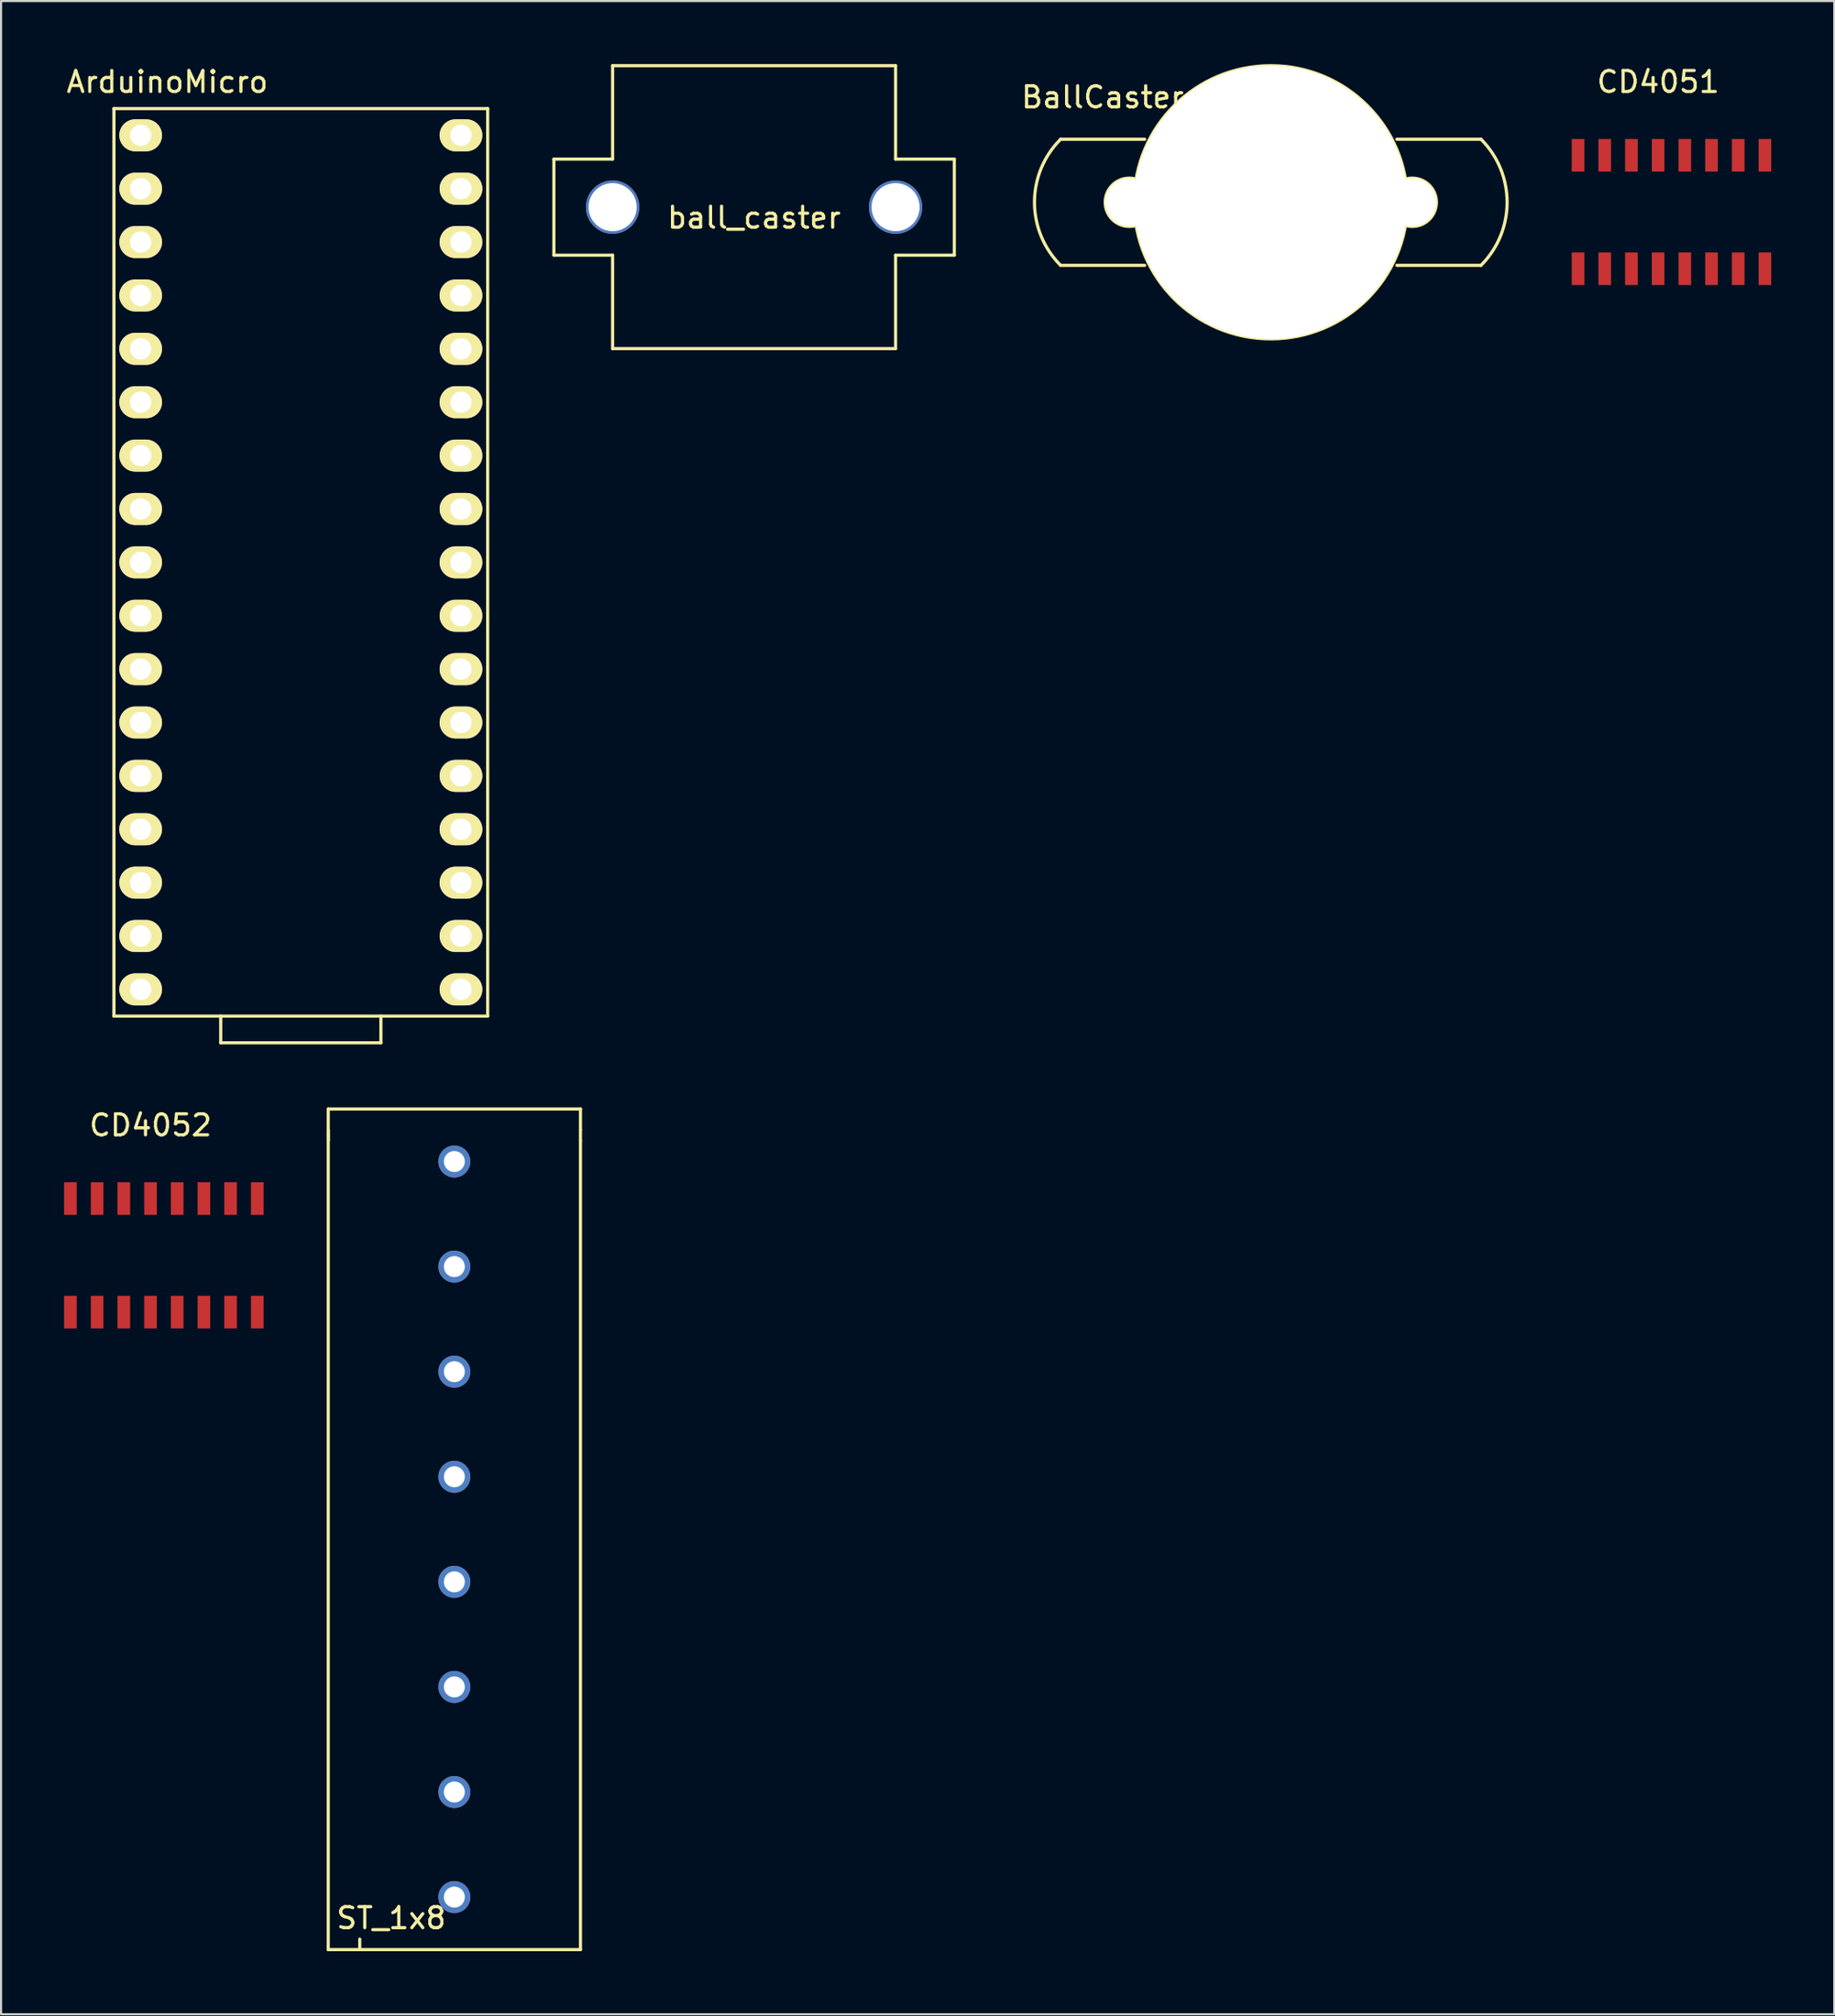
<source format=kicad_pcb>
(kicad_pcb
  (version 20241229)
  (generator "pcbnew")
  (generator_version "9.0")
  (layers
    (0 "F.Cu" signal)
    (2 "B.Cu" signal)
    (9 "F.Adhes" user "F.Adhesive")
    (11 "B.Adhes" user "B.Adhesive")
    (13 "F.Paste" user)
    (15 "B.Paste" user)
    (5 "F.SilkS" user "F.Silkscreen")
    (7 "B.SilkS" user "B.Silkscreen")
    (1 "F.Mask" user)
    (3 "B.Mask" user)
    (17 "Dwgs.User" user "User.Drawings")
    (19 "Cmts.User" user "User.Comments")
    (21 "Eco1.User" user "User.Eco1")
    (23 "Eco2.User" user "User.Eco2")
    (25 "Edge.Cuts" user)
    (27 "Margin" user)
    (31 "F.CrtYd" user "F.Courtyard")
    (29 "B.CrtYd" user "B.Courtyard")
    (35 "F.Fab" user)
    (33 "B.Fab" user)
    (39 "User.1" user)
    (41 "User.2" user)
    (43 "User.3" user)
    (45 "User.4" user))
  (footprint "ball_caster"
    (layer "F.Cu")
    (at 32.826 6.806)
    (property "Reference" "ball_caster" (at 0 0.5 0) (layer "F.SilkS") (effects (font (size 1 1) (thickness 0.15))))
    (attr through_hole)
    (fp_line (start -9.525 -2.286) (end -9.525 2.286) (stroke (width 0.15) (type solid)) (layer "F.SilkS"))
    (fp_line (start -9.525 -2.286) (end -6.731 -2.286) (stroke (width 0.15) (type solid)) (layer "F.SilkS"))
    (fp_line (start -9.525 2.286) (end -6.731 2.286) (stroke (width 0.15) (type solid)) (layer "F.SilkS"))
    (fp_line (start -6.731 -6.731) (end 6.731 -6.731) (stroke (width 0.15) (type solid)) (layer "F.SilkS"))
    (fp_line (start -6.731 -2.286) (end -6.731 -6.731) (stroke (width 0.15) (type solid)) (layer "F.SilkS"))
    (fp_line (start -6.731 6.731) (end -6.731 2.286) (stroke (width 0.15) (type solid)) (layer "F.SilkS"))
    (fp_line (start -6.731 6.731) (end 6.731 6.731) (stroke (width 0.15) (type solid)) (layer "F.SilkS"))
    (fp_line (start 6.731 -2.286) (end 6.731 -6.731) (stroke (width 0.15) (type solid)) (layer "F.SilkS"))
    (fp_line (start 6.731 -2.286) (end 9.525 -2.286) (stroke (width 0.15) (type solid)) (layer "F.SilkS"))
    (fp_line (start 6.731 2.286) (end 6.731 6.731) (stroke (width 0.15) (type solid)) (layer "F.SilkS"))
    (fp_line (start 6.731 2.286) (end 9.525 2.286) (stroke (width 0.15) (type solid)) (layer "F.SilkS"))
    (fp_line (start 9.525 -2.286) (end 9.525 2.286) (stroke (width 0.15) (type solid)) (layer "F.SilkS"))
    (pad "1" thru_hole circle (at 6.731 0) (size 2.54 2.54) (drill 2.286) (layers "*.Cu" "*.Mask"))
    (pad "2" thru_hole circle (at -6.731 0) (size 2.54 2.54) (drill 2.286) (layers "*.Cu" "*.Mask")))
  (footprint "ArduinoMicro"
    (layer "F.Cu")
    (at 3.641 3.388)
    (property "Reference" "ArduinoMicro" (at 1.27 -2.54 0) (layer "F.SilkS") (effects (font (size 1 1) (thickness 0.15))))
    (attr through_hole)
    (fp_line (start -1.27 -1.27) (end -1.27 41.91) (stroke (width 0.15) (type solid)) (layer "F.SilkS"))
    (fp_line (start -1.27 41.91) (end 16.51 41.91) (stroke (width 0.15) (type solid)) (layer "F.SilkS"))
    (fp_line (start 3.81 41.91) (end 3.81 43.18) (stroke (width 0.15) (type solid)) (layer "F.SilkS"))
    (fp_line (start 3.81 43.18) (end 11.43 43.18) (stroke (width 0.15) (type solid)) (layer "F.SilkS"))
    (fp_line (start 11.43 43.18) (end 11.43 41.91) (stroke (width 0.15) (type solid)) (layer "F.SilkS"))
    (fp_line (start 16.51 -1.27) (end -1.27 -1.27) (stroke (width 0.15) (type solid)) (layer "F.SilkS"))
    (fp_line (start 16.51 41.91) (end 16.51 -1.27) (stroke (width 0.15) (type solid)) (layer "F.SilkS"))
    (pad "1" thru_hole oval (at 0 0) (size 2.032 1.524) (drill 1.016) (layers "*.Cu" "*.Mask" "F.SilkS"))
    (pad "2" thru_hole oval (at 0 2.54) (size 2.032 1.524) (drill 1.016) (layers "*.Cu" "*.Mask" "F.SilkS"))
    (pad "3" thru_hole oval (at 0 5.08) (size 2.032 1.524) (drill 1.016) (layers "*.Cu" "*.Mask" "F.SilkS"))
    (pad "4" thru_hole oval (at 0 7.62) (size 2.032 1.524) (drill 1.016) (layers "*.Cu" "*.Mask" "F.SilkS"))
    (pad "5" thru_hole oval (at 0 10.16) (size 2.032 1.524) (drill 1.016) (layers "*.Cu" "*.Mask" "F.SilkS"))
    (pad "6" thru_hole oval (at 0 12.7) (size 2.032 1.524) (drill 1.016) (layers "*.Cu" "*.Mask" "F.SilkS"))
    (pad "7" thru_hole oval (at 0 15.24) (size 2.032 1.524) (drill 1.016) (layers "*.Cu" "*.Mask" "F.SilkS"))
    (pad "8" thru_hole oval (at 0 17.78) (size 2.032 1.524) (drill 1.016) (layers "*.Cu" "*.Mask" "F.SilkS"))
    (pad "9" thru_hole oval (at 0 20.32) (size 2.032 1.524) (drill 1.016) (layers "*.Cu" "*.Mask" "F.SilkS"))
    (pad "10" thru_hole oval (at 0 22.86) (size 2.032 1.524) (drill 1.016) (layers "*.Cu" "*.Mask" "F.SilkS"))
    (pad "11" thru_hole oval (at 0 25.4) (size 2.032 1.524) (drill 1.016) (layers "*.Cu" "*.Mask" "F.SilkS"))
    (pad "12" thru_hole oval (at 0 27.94) (size 2.032 1.524) (drill 1.016) (layers "*.Cu" "*.Mask" "F.SilkS"))
    (pad "13" thru_hole oval (at 0 30.48) (size 2.032 1.524) (drill 1.016) (layers "*.Cu" "*.Mask" "F.SilkS"))
    (pad "14" thru_hole oval (at 0 33.02) (size 2.032 1.524) (drill 1.016) (layers "*.Cu" "*.Mask" "F.SilkS"))
    (pad "15" thru_hole oval (at 0 35.56) (size 2.032 1.524) (drill 1.016) (layers "*.Cu" "*.Mask" "F.SilkS"))
    (pad "16" thru_hole oval (at 0 38.1) (size 2.032 1.524) (drill 1.016) (layers "*.Cu" "*.Mask" "F.SilkS"))
    (pad "17" thru_hole oval (at 0 40.64) (size 2.032 1.524) (drill 1.016) (layers "*.Cu" "*.Mask" "F.SilkS"))
    (pad "18" thru_hole oval (at 15.24 40.64) (size 2.032 1.524) (drill 1.016) (layers "*.Cu" "*.Mask" "F.SilkS"))
    (pad "19" thru_hole oval (at 15.24 38.1) (size 2.032 1.524) (drill 1.016) (layers "*.Cu" "*.Mask" "F.SilkS"))
    (pad "20" thru_hole oval (at 15.24 35.56) (size 2.032 1.524) (drill 1.016) (layers "*.Cu" "*.Mask" "F.SilkS"))
    (pad "21" thru_hole oval (at 15.24 33.02) (size 2.032 1.524) (drill 1.016) (layers "*.Cu" "*.Mask" "F.SilkS"))
    (pad "22" thru_hole oval (at 15.24 30.48) (size 2.032 1.524) (drill 1.016) (layers "*.Cu" "*.Mask" "F.SilkS"))
    (pad "23" thru_hole oval (at 15.24 27.94) (size 2.032 1.524) (drill 1.016) (layers "*.Cu" "*.Mask" "F.SilkS"))
    (pad "24" thru_hole oval (at 15.24 25.4) (size 2.032 1.524) (drill 1.016) (layers "*.Cu" "*.Mask" "F.SilkS"))
    (pad "25" thru_hole oval (at 15.24 22.86) (size 2.032 1.524) (drill 1.016) (layers "*.Cu" "*.Mask" "F.SilkS"))
    (pad "26" thru_hole oval (at 15.24 20.32) (size 2.032 1.524) (drill 1.016) (layers "*.Cu" "*.Mask" "F.SilkS"))
    (pad "27" thru_hole oval (at 15.24 17.78) (size 2.032 1.524) (drill 1.016) (layers "*.Cu" "*.Mask" "F.SilkS"))
    (pad "28" thru_hole oval (at 15.24 15.24) (size 2.032 1.524) (drill 1.016) (layers "*.Cu" "*.Mask" "F.SilkS"))
    (pad "29" thru_hole oval (at 15.24 12.7) (size 2.032 1.524) (drill 1.016) (layers "*.Cu" "*.Mask" "F.SilkS"))
    (pad "30" thru_hole oval (at 15.24 10.16) (size 2.032 1.524) (drill 1.016) (layers "*.Cu" "*.Mask" "F.SilkS"))
    (pad "31" thru_hole oval (at 15.24 7.62) (size 2.032 1.524) (drill 1.016) (layers "*.Cu" "*.Mask" "F.SilkS"))
    (pad "32" thru_hole oval (at 15.24 5.08) (size 2.032 1.524) (drill 1.016) (layers "*.Cu" "*.Mask" "F.SilkS"))
    (pad "33" thru_hole oval (at 15.24 2.54) (size 2.032 1.524) (drill 1.016) (layers "*.Cu" "*.Mask" "F.SilkS"))
    (pad "34" thru_hole oval (at 15.24 0) (size 2.032 1.524) (drill 1.016) (layers "*.Cu" "*.Mask" "F.SilkS")))
  (footprint "CD4051"
    (layer "F.Cu")
    (at 72.025 9.738)
    (property "Reference" "CD4051" (at 3.81 -8.89 0) (layer "F.SilkS") (effects (font (size 1 1) (thickness 0.15))))
    (attr through_hole)
    (pad "1" smd rect (at 0 0) (size 0.6 1.55) (layers "F.Cu" "F.Mask" "F.Paste"))
    (pad "2" smd rect (at 1.27 0) (size 0.6 1.55) (layers "F.Cu" "F.Mask" "F.Paste"))
    (pad "3" smd rect (at 2.54 0) (size 0.6 1.55) (layers "F.Cu" "F.Mask" "F.Paste"))
    (pad "4" smd rect (at 3.81 0) (size 0.6 1.55) (layers "F.Cu" "F.Mask" "F.Paste"))
    (pad "5" smd rect (at 5.08 0) (size 0.6 1.55) (layers "F.Cu" "F.Mask" "F.Paste"))
    (pad "6" smd rect (at 6.35 0) (size 0.6 1.55) (layers "F.Cu" "F.Mask" "F.Paste"))
    (pad "7" smd rect (at 7.62 0) (size 0.6 1.55) (layers "F.Cu" "F.Mask" "F.Paste"))
    (pad "8" smd rect (at 8.89 0) (size 0.6 1.55) (layers "F.Cu" "F.Mask" "F.Paste"))
    (pad "9" smd rect (at 8.89 -5.4) (size 0.6 1.55) (layers "F.Cu" "F.Mask" "F.Paste"))
    (pad "10" smd rect (at 7.62 -5.4) (size 0.6 1.55) (layers "F.Cu" "F.Mask" "F.Paste"))
    (pad "11" smd rect (at 6.35 -5.4) (size 0.6 1.55) (layers "F.Cu" "F.Mask" "F.Paste"))
    (pad "12" smd rect (at 5.08 -5.4) (size 0.6 1.55) (layers "F.Cu" "F.Mask" "F.Paste"))
    (pad "13" smd rect (at 3.81 -5.4) (size 0.6 1.55) (layers "F.Cu" "F.Mask" "F.Paste"))
    (pad "14" smd rect (at 2.54 -5.4) (size 0.6 1.55) (layers "F.Cu" "F.Mask" "F.Paste"))
    (pad "15" smd rect (at 1.27 -5.4) (size 0.6 1.55) (layers "F.Cu" "F.Mask" "F.Paste"))
    (pad "16" smd rect (at 0 -5.4) (size 0.6 1.55) (layers "F.Cu" "F.Mask" "F.Paste")))
  (footprint "CD4052"
    (layer "F.Cu")
    (at 0.3 59.382)
    (property "Reference" "CD4052" (at 3.81 -8.89 0) (layer "F.SilkS") (effects (font (size 1 1) (thickness 0.15))))
    (attr through_hole)
    (pad "1" smd rect (at 0 0) (size 0.6 1.55) (layers "F.Cu" "F.Mask" "F.Paste"))
    (pad "2" smd rect (at 1.27 0) (size 0.6 1.55) (layers "F.Cu" "F.Mask" "F.Paste"))
    (pad "3" smd rect (at 2.54 0) (size 0.6 1.55) (layers "F.Cu" "F.Mask" "F.Paste"))
    (pad "4" smd rect (at 3.81 0) (size 0.6 1.55) (layers "F.Cu" "F.Mask" "F.Paste"))
    (pad "5" smd rect (at 5.08 0) (size 0.6 1.55) (layers "F.Cu" "F.Mask" "F.Paste"))
    (pad "6" smd rect (at 6.35 0) (size 0.6 1.55) (layers "F.Cu" "F.Mask" "F.Paste"))
    (pad "7" smd rect (at 7.62 0) (size 0.6 1.55) (layers "F.Cu" "F.Mask" "F.Paste"))
    (pad "8" smd rect (at 8.89 0) (size 0.6 1.55) (layers "F.Cu" "F.Mask" "F.Paste"))
    (pad "9" smd rect (at 8.89 -5.4) (size 0.6 1.55) (layers "F.Cu" "F.Mask" "F.Paste"))
    (pad "10" smd rect (at 7.62 -5.4) (size 0.6 1.55) (layers "F.Cu" "F.Mask" "F.Paste"))
    (pad "11" smd rect (at 6.35 -5.4) (size 0.6 1.55) (layers "F.Cu" "F.Mask" "F.Paste"))
    (pad "12" smd rect (at 5.08 -5.4) (size 0.6 1.55) (layers "F.Cu" "F.Mask" "F.Paste"))
    (pad "13" smd rect (at 3.81 -5.4) (size 0.6 1.55) (layers "F.Cu" "F.Mask" "F.Paste"))
    (pad "14" smd rect (at 2.54 -5.4) (size 0.6 1.55) (layers "F.Cu" "F.Mask" "F.Paste"))
    (pad "15" smd rect (at 1.27 -5.4) (size 0.6 1.55) (layers "F.Cu" "F.Mask" "F.Paste"))
    (pad "16" smd rect (at 0 -5.4) (size 0.6 1.55) (layers "F.Cu" "F.Mask" "F.Paste")))
  (footprint "ST_1x8"
    (layer "F.Cu")
    (at 18.565 69.718)
    (property "Reference" "ST_1x8" (at -3 18.5 0) (layer "F.SilkS") (effects (font (size 1 1) (thickness 0.15))))
    (attr through_hole)
    (fp_line (start -6 -20) (end 6 -20) (stroke (width 0.15) (type solid)) (layer "F.SilkS"))
    (fp_line (start -6 -19) (end -6 20) (stroke (width 0.15) (type solid)) (layer "F.SilkS"))
    (fp_line (start -6 -18.5) (end -6 -20) (stroke (width 0.15) (type solid)) (layer "F.SilkS"))
    (fp_line (start -4.5 20) (end -4.5 19.5) (stroke (width 0.15) (type solid)) (layer "F.SilkS"))
    (fp_line (start 6 -20) (end 6 -19) (stroke (width 0.15) (type solid)) (layer "F.SilkS"))
    (fp_line (start 6 -19) (end 6 -18.5) (stroke (width 0.15) (type solid)) (layer "F.SilkS"))
    (fp_line (start 6 -18.5) (end 6 20) (stroke (width 0.15) (type solid)) (layer "F.SilkS"))
    (fp_line (start 6 20) (end -6 20) (stroke (width 0.15) (type solid)) (layer "F.SilkS"))
    (pad "1" thru_hole circle (at 0 -17.5) (size 1.524 1.524) (drill 1) (layers "*.Cu" "*.Mask"))
    (pad "2" thru_hole circle (at 0 -12.5) (size 1.524 1.524) (drill 1) (layers "*.Cu" "*.Mask"))
    (pad "3" thru_hole circle (at 0 -7.5) (size 1.524 1.524) (drill 1) (layers "*.Cu" "*.Mask"))
    (pad "4" thru_hole circle (at 0 -2.5) (size 1.524 1.524) (drill 1) (layers "*.Cu" "*.Mask"))
    (pad "5" thru_hole circle (at 0 2.5) (size 1.524 1.524) (drill 1) (layers "*.Cu" "*.Mask"))
    (pad "6" thru_hole circle (at 0 7.5) (size 1.524 1.524) (drill 1) (layers "*.Cu" "*.Mask"))
    (pad "7" thru_hole circle (at 0 12.5) (size 1.524 1.524) (drill 1) (layers "*.Cu" "*.Mask"))
    (pad "8" thru_hole circle (at 0 17.5) (size 1.524 1.524) (drill 1) (layers "*.Cu" "*.Mask")))
  (footprint "BallCaster"
    (layer "F.Cu")
    (at 57.408 6.575)
    (property "Reference" "BallCaster" (at -8 -5 0) (layer "F.SilkS") (effects (font (size 1 1) (thickness 0.15))))
    (attr through_hole)
    (fp_line (start -10 -3) (end -6 -3) (stroke (width 0.15) (type solid)) (layer "F.SilkS"))
    (fp_line (start -10 3) (end -6 3) (stroke (width 0.15) (type solid)) (layer "F.SilkS"))
    (fp_line (start 10 -3) (end 6 -3) (stroke (width 0.15) (type solid)) (layer "F.SilkS"))
    (fp_line (start 10 3) (end 6 3) (stroke (width 0.15) (type solid)) (layer "F.SilkS"))
    (fp_arc (start -10 3) (mid -11.242641 0) (end -10 -3) (stroke (width 0.15) (type solid)) (layer "F.SilkS"))
    (fp_arc (start 10 -3) (mid 11.242641 0) (end 10 3) (stroke (width 0.15) (type solid)) (layer "F.SilkS"))
    (fp_circle (center -6.73 0) (end -5.58 0) (stroke (width 0.15) (type solid)) (fill no) (layer "F.SilkS"))
    (fp_circle (center 0 0) (end 6.5 0) (stroke (width 0.15) (type solid)) (fill no) (layer "F.SilkS"))
    (fp_circle (center 6.73 0) (end 5.58 0) (stroke (width 0.15) (type solid)) (fill no) (layer "F.SilkS"))
    (pad "" thru_hole circle (at -6.731 0) (size 2.286 2.286) (drill 2.286) (layers "*.Cu" "*.Mask" "F.SilkS"))
    (pad "" thru_hole circle (at 0 0) (size 13 13) (drill 13) (layers "*.Cu" "*.Mask" "F.SilkS"))
    (pad "" thru_hole circle (at 6.731 0) (size 2.286 2.286) (drill 2.286) (layers "*.Cu" "*.Mask" "F.SilkS")))
  (gr_rect
    (start -3 -3)
    (end 84.215 92.793)
    (stroke (width 0.1) (type default))
    (fill no)
    (layer "Edge.Cuts")))
</source>
